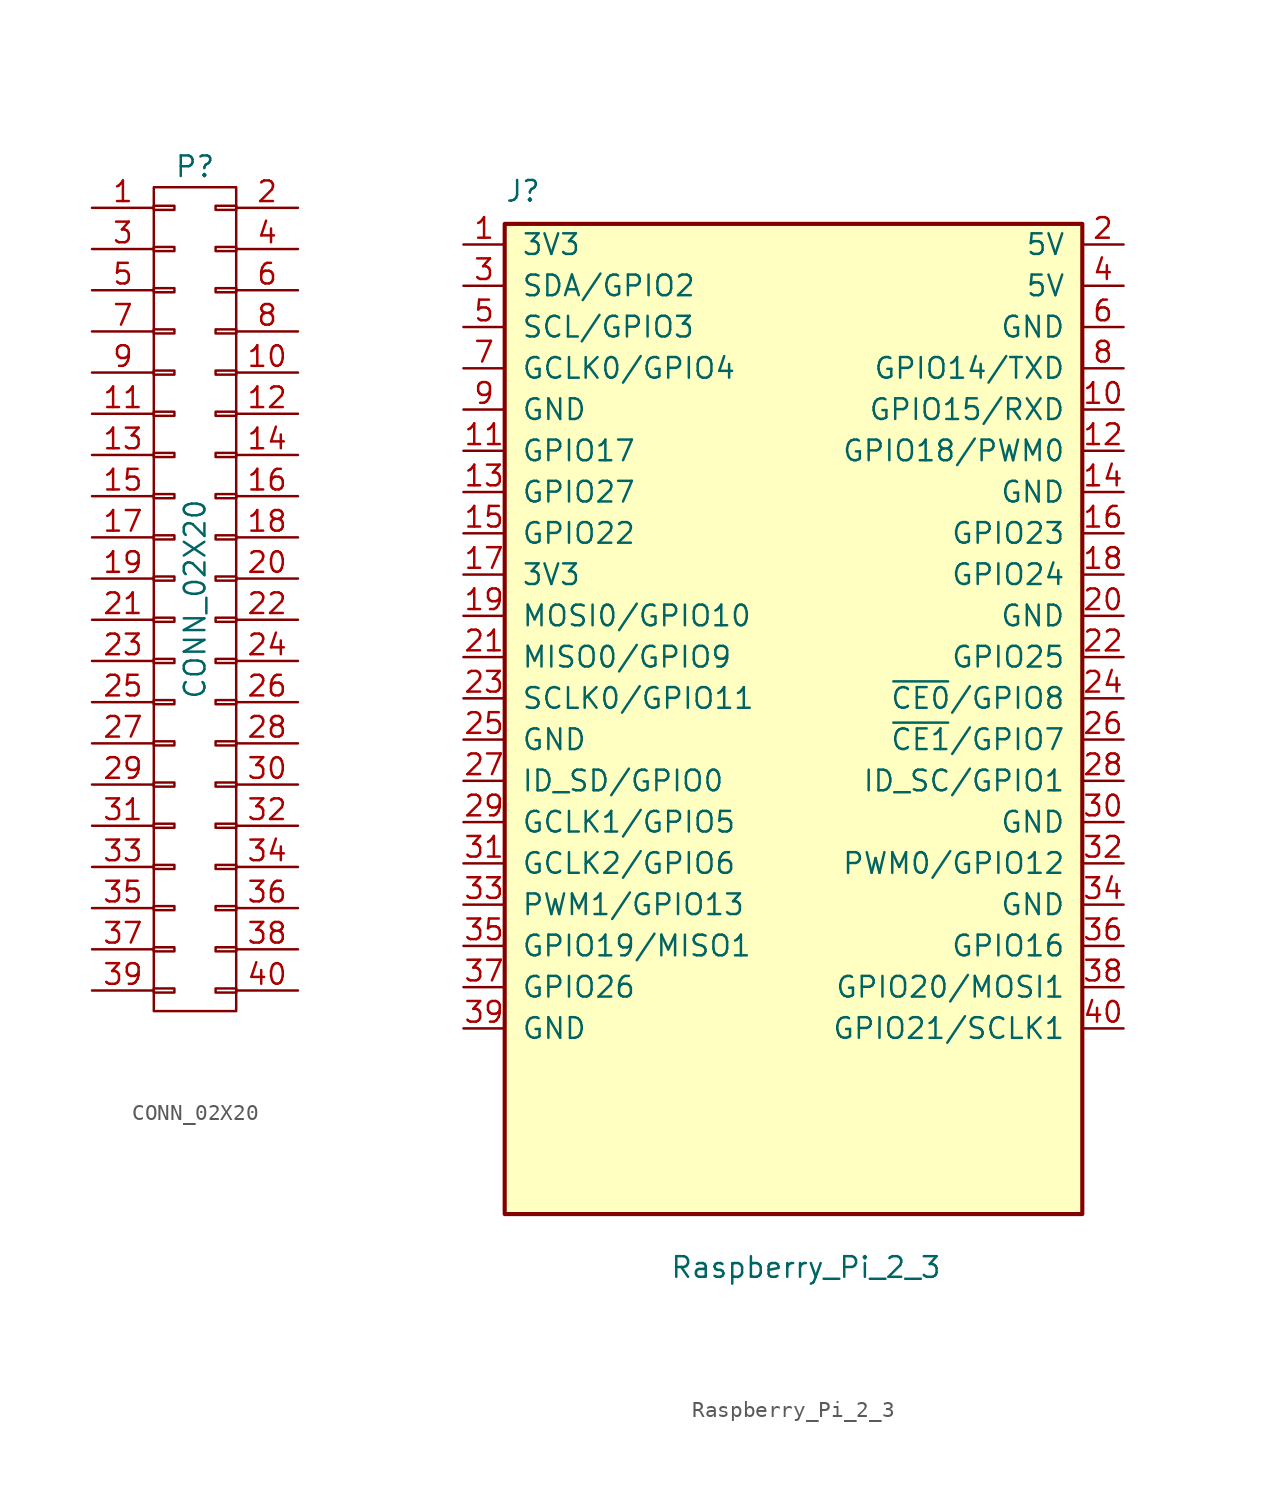
<source format=kicad_sym>
(kicad_symbol_lib
  (version 20211014)
  (generator kicad_symbol_editor)
  (symbol "CONN_02X20"
    (pin_names
      (offset 0.025) hide)
    (property "Reference" "P"
      (at 0 26.67 0)
      (effects (font (size 1.27 1.27))))
    (property "Value" "CONN_02X20"
      (at 0 0 90)
      (effects (font (size 1.27 1.27))))
    (property "Footprint" ""
      (at 0 -24.13 0)
      (effects (font (size 1.27 1.27))))
    (property "Datasheet" ""
      (at 0 -24.13 0)
      (effects (font (size 1.27 1.27))))
    (symbol "CONN_02X20_0_1"
      (rectangle (start -2.54 -24.003) (end -1.27 -24.257) (stroke (width 0) (type default) (color 0 0 0 0)) (fill (type none)))
      (rectangle (start -2.54 -21.463) (end -1.27 -21.717) (stroke (width 0) (type default) (color 0 0 0 0)) (fill (type none)))
      (rectangle (start -2.54 -18.923) (end -1.27 -19.177) (stroke (width 0) (type default) (color 0 0 0 0)) (fill (type none)))
      (rectangle (start -2.54 -16.383) (end -1.27 -16.637) (stroke (width 0) (type default) (color 0 0 0 0)) (fill (type none)))
      (rectangle (start -2.54 -13.843) (end -1.27 -14.097) (stroke (width 0) (type default) (color 0 0 0 0)) (fill (type none)))
      (rectangle (start -2.54 -11.303) (end -1.27 -11.557) (stroke (width 0) (type default) (color 0 0 0 0)) (fill (type none)))
      (rectangle (start -2.54 -8.763) (end -1.27 -9.017) (stroke (width 0) (type default) (color 0 0 0 0)) (fill (type none)))
      (rectangle (start -2.54 -6.223) (end -1.27 -6.477) (stroke (width 0) (type default) (color 0 0 0 0)) (fill (type none)))
      (rectangle (start -2.54 -3.683) (end -1.27 -3.937) (stroke (width 0) (type default) (color 0 0 0 0)) (fill (type none)))
      (rectangle (start -2.54 -1.143) (end -1.27 -1.397) (stroke (width 0) (type default) (color 0 0 0 0)) (fill (type none)))
      (rectangle (start -2.54 1.397) (end -1.27 1.143) (stroke (width 0) (type default) (color 0 0 0 0)) (fill (type none)))
      (rectangle (start -2.54 3.937) (end -1.27 3.683) (stroke (width 0) (type default) (color 0 0 0 0)) (fill (type none)))
      (rectangle (start -2.54 6.477) (end -1.27 6.223) (stroke (width 0) (type default) (color 0 0 0 0)) (fill (type none)))
      (rectangle (start -2.54 9.017) (end -1.27 8.763) (stroke (width 0) (type default) (color 0 0 0 0)) (fill (type none)))
      (rectangle (start -2.54 11.557) (end -1.27 11.303) (stroke (width 0) (type default) (color 0 0 0 0)) (fill (type none)))
      (rectangle (start -2.54 14.097) (end -1.27 13.843) (stroke (width 0) (type default) (color 0 0 0 0)) (fill (type none)))
      (rectangle (start -2.54 16.637) (end -1.27 16.383) (stroke (width 0) (type default) (color 0 0 0 0)) (fill (type none)))
      (rectangle (start -2.54 19.177) (end -1.27 18.923) (stroke (width 0) (type default) (color 0 0 0 0)) (fill (type none)))
      (rectangle (start -2.54 21.717) (end -1.27 21.463) (stroke (width 0) (type default) (color 0 0 0 0)) (fill (type none)))
      (rectangle (start -2.54 24.257) (end -1.27 24.003) (stroke (width 0) (type default) (color 0 0 0 0)) (fill (type none)))
      (rectangle (start -2.54 25.4) (end 2.54 -25.4) (stroke (width 0) (type default) (color 0 0 0 0)) (fill (type none)))
      (rectangle (start 1.27 -24.003) (end 2.54 -24.257) (stroke (width 0) (type default) (color 0 0 0 0)) (fill (type none)))
      (rectangle (start 1.27 -21.463) (end 2.54 -21.717) (stroke (width 0) (type default) (color 0 0 0 0)) (fill (type none)))
      (rectangle (start 1.27 -18.923) (end 2.54 -19.177) (stroke (width 0) (type default) (color 0 0 0 0)) (fill (type none)))
      (rectangle (start 1.27 -16.383) (end 2.54 -16.637) (stroke (width 0) (type default) (color 0 0 0 0)) (fill (type none)))
      (rectangle (start 1.27 -13.843) (end 2.54 -14.097) (stroke (width 0) (type default) (color 0 0 0 0)) (fill (type none)))
      (rectangle (start 1.27 -11.303) (end 2.54 -11.557) (stroke (width 0) (type default) (color 0 0 0 0)) (fill (type none)))
      (rectangle (start 1.27 -8.763) (end 2.54 -9.017) (stroke (width 0) (type default) (color 0 0 0 0)) (fill (type none)))
      (rectangle (start 1.27 -6.223) (end 2.54 -6.477) (stroke (width 0) (type default) (color 0 0 0 0)) (fill (type none)))
      (rectangle (start 1.27 -3.683) (end 2.54 -3.937) (stroke (width 0) (type default) (color 0 0 0 0)) (fill (type none)))
      (rectangle (start 1.27 -1.143) (end 2.54 -1.397) (stroke (width 0) (type default) (color 0 0 0 0)) (fill (type none)))
      (rectangle (start 1.27 1.397) (end 2.54 1.143) (stroke (width 0) (type default) (color 0 0 0 0)) (fill (type none)))
      (rectangle (start 1.27 3.937) (end 2.54 3.683) (stroke (width 0) (type default) (color 0 0 0 0)) (fill (type none)))
      (rectangle (start 1.27 6.477) (end 2.54 6.223) (stroke (width 0) (type default) (color 0 0 0 0)) (fill (type none)))
      (rectangle (start 1.27 9.017) (end 2.54 8.763) (stroke (width 0) (type default) (color 0 0 0 0)) (fill (type none)))
      (rectangle (start 1.27 11.557) (end 2.54 11.303) (stroke (width 0) (type default) (color 0 0 0 0)) (fill (type none)))
      (rectangle (start 1.27 14.097) (end 2.54 13.843) (stroke (width 0) (type default) (color 0 0 0 0)) (fill (type none)))
      (rectangle (start 1.27 16.637) (end 2.54 16.383) (stroke (width 0) (type default) (color 0 0 0 0)) (fill (type none)))
      (rectangle (start 1.27 19.177) (end 2.54 18.923) (stroke (width 0) (type default) (color 0 0 0 0)) (fill (type none)))
      (rectangle (start 1.27 21.717) (end 2.54 21.463) (stroke (width 0) (type default) (color 0 0 0 0)) (fill (type none)))
      (rectangle (start 1.27 24.257) (end 2.54 24.003) (stroke (width 0) (type default) (color 0 0 0 0)) (fill (type none))))
    (symbol "CONN_02X20_1_1"
      (pin passive line (at -6.35 24.13 0) (length 3.81) (name "P1" (effects (font (size 1.27 1.27)))) (number "1" (effects (font (size 1.27 1.27)))))
      (pin passive line (at 6.35 13.97 180) (length 3.81) (name "P10" (effects (font (size 1.27 1.27)))) (number "10" (effects (font (size 1.27 1.27)))))
      (pin passive line (at -6.35 11.43 0) (length 3.81) (name "P11" (effects (font (size 1.27 1.27)))) (number "11" (effects (font (size 1.27 1.27)))))
      (pin passive line (at 6.35 11.43 180) (length 3.81) (name "P12" (effects (font (size 1.27 1.27)))) (number "12" (effects (font (size 1.27 1.27)))))
      (pin passive line (at -6.35 8.89 0) (length 3.81) (name "P13" (effects (font (size 1.27 1.27)))) (number "13" (effects (font (size 1.27 1.27)))))
      (pin passive line (at 6.35 8.89 180) (length 3.81) (name "P14" (effects (font (size 1.27 1.27)))) (number "14" (effects (font (size 1.27 1.27)))))
      (pin passive line (at -6.35 6.35 0) (length 3.81) (name "P15" (effects (font (size 1.27 1.27)))) (number "15" (effects (font (size 1.27 1.27)))))
      (pin passive line (at 6.35 6.35 180) (length 3.81) (name "P16" (effects (font (size 1.27 1.27)))) (number "16" (effects (font (size 1.27 1.27)))))
      (pin passive line (at -6.35 3.81 0) (length 3.81) (name "P17" (effects (font (size 1.27 1.27)))) (number "17" (effects (font (size 1.27 1.27)))))
      (pin passive line (at 6.35 3.81 180) (length 3.81) (name "P18" (effects (font (size 1.27 1.27)))) (number "18" (effects (font (size 1.27 1.27)))))
      (pin passive line (at -6.35 1.27 0) (length 3.81) (name "P19" (effects (font (size 1.27 1.27)))) (number "19" (effects (font (size 1.27 1.27)))))
      (pin passive line (at 6.35 24.13 180) (length 3.81) (name "P2" (effects (font (size 1.27 1.27)))) (number "2" (effects (font (size 1.27 1.27)))))
      (pin passive line (at 6.35 1.27 180) (length 3.81) (name "P20" (effects (font (size 1.27 1.27)))) (number "20" (effects (font (size 1.27 1.27)))))
      (pin passive line (at -6.35 -1.27 0) (length 3.81) (name "P21" (effects (font (size 1.27 1.27)))) (number "21" (effects (font (size 1.27 1.27)))))
      (pin passive line (at 6.35 -1.27 180) (length 3.81) (name "P22" (effects (font (size 1.27 1.27)))) (number "22" (effects (font (size 1.27 1.27)))))
      (pin passive line (at -6.35 -3.81 0) (length 3.81) (name "P23" (effects (font (size 1.27 1.27)))) (number "23" (effects (font (size 1.27 1.27)))))
      (pin passive line (at 6.35 -3.81 180) (length 3.81) (name "P24" (effects (font (size 1.27 1.27)))) (number "24" (effects (font (size 1.27 1.27)))))
      (pin passive line (at -6.35 -6.35 0) (length 3.81) (name "P25" (effects (font (size 1.27 1.27)))) (number "25" (effects (font (size 1.27 1.27)))))
      (pin passive line (at 6.35 -6.35 180) (length 3.81) (name "P26" (effects (font (size 1.27 1.27)))) (number "26" (effects (font (size 1.27 1.27)))))
      (pin passive line (at -6.35 -8.89 0) (length 3.81) (name "P27" (effects (font (size 1.27 1.27)))) (number "27" (effects (font (size 1.27 1.27)))))
      (pin passive line (at 6.35 -8.89 180) (length 3.81) (name "P28" (effects (font (size 1.27 1.27)))) (number "28" (effects (font (size 1.27 1.27)))))
      (pin passive line (at -6.35 -11.43 0) (length 3.81) (name "P29" (effects (font (size 1.27 1.27)))) (number "29" (effects (font (size 1.27 1.27)))))
      (pin passive line (at -6.35 21.59 0) (length 3.81) (name "P3" (effects (font (size 1.27 1.27)))) (number "3" (effects (font (size 1.27 1.27)))))
      (pin passive line (at 6.35 -11.43 180) (length 3.81) (name "P30" (effects (font (size 1.27 1.27)))) (number "30" (effects (font (size 1.27 1.27)))))
      (pin passive line (at -6.35 -13.97 0) (length 3.81) (name "P31" (effects (font (size 1.27 1.27)))) (number "31" (effects (font (size 1.27 1.27)))))
      (pin passive line (at 6.35 -13.97 180) (length 3.81) (name "P32" (effects (font (size 1.27 1.27)))) (number "32" (effects (font (size 1.27 1.27)))))
      (pin passive line (at -6.35 -16.51 0) (length 3.81) (name "P33" (effects (font (size 1.27 1.27)))) (number "33" (effects (font (size 1.27 1.27)))))
      (pin passive line (at 6.35 -16.51 180) (length 3.81) (name "P34" (effects (font (size 1.27 1.27)))) (number "34" (effects (font (size 1.27 1.27)))))
      (pin passive line (at -6.35 -19.05 0) (length 3.81) (name "P35" (effects (font (size 1.27 1.27)))) (number "35" (effects (font (size 1.27 1.27)))))
      (pin passive line (at 6.35 -19.05 180) (length 3.81) (name "P36" (effects (font (size 1.27 1.27)))) (number "36" (effects (font (size 1.27 1.27)))))
      (pin passive line (at -6.35 -21.59 0) (length 3.81) (name "P37" (effects (font (size 1.27 1.27)))) (number "37" (effects (font (size 1.27 1.27)))))
      (pin passive line (at 6.35 -21.59 180) (length 3.81) (name "P38" (effects (font (size 1.27 1.27)))) (number "38" (effects (font (size 1.27 1.27)))))
      (pin passive line (at -6.35 -24.13 0) (length 3.81) (name "P39" (effects (font (size 1.27 1.27)))) (number "39" (effects (font (size 1.27 1.27)))))
      (pin passive line (at 6.35 21.59 180) (length 3.81) (name "P4" (effects (font (size 1.27 1.27)))) (number "4" (effects (font (size 1.27 1.27)))))
      (pin passive line (at 6.35 -24.13 180) (length 3.81) (name "P40" (effects (font (size 1.27 1.27)))) (number "40" (effects (font (size 1.27 1.27)))))
      (pin passive line (at -6.35 19.05 0) (length 3.81) (name "P5" (effects (font (size 1.27 1.27)))) (number "5" (effects (font (size 1.27 1.27)))))
      (pin passive line (at 6.35 19.05 180) (length 3.81) (name "P6" (effects (font (size 1.27 1.27)))) (number "6" (effects (font (size 1.27 1.27)))))
      (pin passive line (at -6.35 16.51 0) (length 3.81) (name "P7" (effects (font (size 1.27 1.27)))) (number "7" (effects (font (size 1.27 1.27)))))
      (pin passive line (at 6.35 16.51 180) (length 3.81) (name "P8" (effects (font (size 1.27 1.27)))) (number "8" (effects (font (size 1.27 1.27)))))
      (pin passive line (at -6.35 13.97 0) (length 3.81) (name "P9" (effects (font (size 1.27 1.27)))) (number "9" (effects (font (size 1.27 1.27)))))))
  (symbol "Raspberry_Pi_2_3"
    (pin_names
      (offset 1.016))
    (property "Reference" "J"
      (at -17.78 31.75 0)
      (effects (font (size 1.27 1.27)) (justify left bottom)))
    (property "Value" "Raspberry_Pi_2_3"
      (at -7.62 -33.02 0)
      (effects (font (size 1.27 1.27)) (justify left top)))
    (symbol "Raspberry_Pi_2_3_0_1"
      (rectangle (start -17.78 30.48) (end 17.78 -30.48) (stroke (width 0.254) (type default) (color 0 0 0 0)) (fill (type background))))
    (symbol "Raspberry_Pi_2_3_1_1"
      (pin power_in line (at -20.32 29.21 0) (length 2.54) (name "3V3" (effects (font (size 1.27 1.27)))) (number "1" (effects (font (size 1.27 1.27)))))
      (pin bidirectional line (at 20.32 19.05 180) (length 2.54) (name "GPIO15/RXD" (effects (font (size 1.27 1.27)))) (number "10" (effects (font (size 1.27 1.27)))))
      (pin bidirectional line (at -20.32 16.51 0) (length 2.54) (name "GPIO17" (effects (font (size 1.27 1.27)))) (number "11" (effects (font (size 1.27 1.27)))))
      (pin bidirectional line (at 20.32 16.51 180) (length 2.54) (name "GPIO18/PWM0" (effects (font (size 1.27 1.27)))) (number "12" (effects (font (size 1.27 1.27)))))
      (pin bidirectional line (at -20.32 13.97 0) (length 2.54) (name "GPIO27" (effects (font (size 1.27 1.27)))) (number "13" (effects (font (size 1.27 1.27)))))
      (pin power_in line (at 20.32 13.97 180) (length 2.54) (name "GND" (effects (font (size 1.27 1.27)))) (number "14" (effects (font (size 1.27 1.27)))))
      (pin bidirectional line (at -20.32 11.43 0) (length 2.54) (name "GPIO22" (effects (font (size 1.27 1.27)))) (number "15" (effects (font (size 1.27 1.27)))))
      (pin bidirectional line (at 20.32 11.43 180) (length 2.54) (name "GPIO23" (effects (font (size 1.27 1.27)))) (number "16" (effects (font (size 1.27 1.27)))))
      (pin power_in line (at -20.32 8.89 0) (length 2.54) (name "3V3" (effects (font (size 1.27 1.27)))) (number "17" (effects (font (size 1.27 1.27)))))
      (pin bidirectional line (at 20.32 8.89 180) (length 2.54) (name "GPIO24" (effects (font (size 1.27 1.27)))) (number "18" (effects (font (size 1.27 1.27)))))
      (pin bidirectional line (at -20.32 6.35 0) (length 2.54) (name "MOSI0/GPIO10" (effects (font (size 1.27 1.27)))) (number "19" (effects (font (size 1.27 1.27)))))
      (pin power_in line (at 20.32 29.21 180) (length 2.54) (name "5V" (effects (font (size 1.27 1.27)))) (number "2" (effects (font (size 1.27 1.27)))))
      (pin power_in line (at 20.32 6.35 180) (length 2.54) (name "GND" (effects (font (size 1.27 1.27)))) (number "20" (effects (font (size 1.27 1.27)))))
      (pin bidirectional line (at -20.32 3.81 0) (length 2.54) (name "MISO0/GPIO9" (effects (font (size 1.27 1.27)))) (number "21" (effects (font (size 1.27 1.27)))))
      (pin bidirectional line (at 20.32 3.81 180) (length 2.54) (name "GPIO25" (effects (font (size 1.27 1.27)))) (number "22" (effects (font (size 1.27 1.27)))))
      (pin bidirectional line (at -20.32 1.27 0) (length 2.54) (name "SCLK0/GPIO11" (effects (font (size 1.27 1.27)))) (number "23" (effects (font (size 1.27 1.27)))))
      (pin bidirectional line (at 20.32 1.27 180) (length 2.54) (name "~{CE0}/GPIO8" (effects (font (size 1.27 1.27)))) (number "24" (effects (font (size 1.27 1.27)))))
      (pin power_in line (at -20.32 -1.27 0) (length 2.54) (name "GND" (effects (font (size 1.27 1.27)))) (number "25" (effects (font (size 1.27 1.27)))))
      (pin bidirectional line (at 20.32 -1.27 180) (length 2.54) (name "~{CE1}/GPIO7" (effects (font (size 1.27 1.27)))) (number "26" (effects (font (size 1.27 1.27)))))
      (pin bidirectional line (at -20.32 -3.81 0) (length 2.54) (name "ID_SD/GPIO0" (effects (font (size 1.27 1.27)))) (number "27" (effects (font (size 1.27 1.27)))))
      (pin bidirectional line (at 20.32 -3.81 180) (length 2.54) (name "ID_SC/GPIO1" (effects (font (size 1.27 1.27)))) (number "28" (effects (font (size 1.27 1.27)))))
      (pin bidirectional line (at -20.32 -6.35 0) (length 2.54) (name "GCLK1/GPIO5" (effects (font (size 1.27 1.27)))) (number "29" (effects (font (size 1.27 1.27)))))
      (pin bidirectional line (at -20.32 26.67 0) (length 2.54) (name "SDA/GPIO2" (effects (font (size 1.27 1.27)))) (number "3" (effects (font (size 1.27 1.27)))))
      (pin power_in line (at 20.32 -6.35 180) (length 2.54) (name "GND" (effects (font (size 1.27 1.27)))) (number "30" (effects (font (size 1.27 1.27)))))
      (pin bidirectional line (at -20.32 -8.89 0) (length 2.54) (name "GCLK2/GPIO6" (effects (font (size 1.27 1.27)))) (number "31" (effects (font (size 1.27 1.27)))))
      (pin bidirectional line (at 20.32 -8.89 180) (length 2.54) (name "PWM0/GPIO12" (effects (font (size 1.27 1.27)))) (number "32" (effects (font (size 1.27 1.27)))))
      (pin bidirectional line (at -20.32 -11.43 0) (length 2.54) (name "PWM1/GPIO13" (effects (font (size 1.27 1.27)))) (number "33" (effects (font (size 1.27 1.27)))))
      (pin power_in line (at 20.32 -11.43 180) (length 2.54) (name "GND" (effects (font (size 1.27 1.27)))) (number "34" (effects (font (size 1.27 1.27)))))
      (pin bidirectional line (at -20.32 -13.97 0) (length 2.54) (name "GPIO19/MISO1" (effects (font (size 1.27 1.27)))) (number "35" (effects (font (size 1.27 1.27)))))
      (pin bidirectional line (at 20.32 -13.97 180) (length 2.54) (name "GPIO16" (effects (font (size 1.27 1.27)))) (number "36" (effects (font (size 1.27 1.27)))))
      (pin bidirectional line (at -20.32 -16.51 0) (length 2.54) (name "GPIO26" (effects (font (size 1.27 1.27)))) (number "37" (effects (font (size 1.27 1.27)))))
      (pin bidirectional line (at 20.32 -16.51 180) (length 2.54) (name "GPIO20/MOSI1" (effects (font (size 1.27 1.27)))) (number "38" (effects (font (size 1.27 1.27)))))
      (pin power_in line (at -20.32 -19.05 0) (length 2.54) (name "GND" (effects (font (size 1.27 1.27)))) (number "39" (effects (font (size 1.27 1.27)))))
      (pin power_in line (at 20.32 26.67 180) (length 2.54) (name "5V" (effects (font (size 1.27 1.27)))) (number "4" (effects (font (size 1.27 1.27)))))
      (pin bidirectional line (at 20.32 -19.05 180) (length 2.54) (name "GPIO21/SCLK1" (effects (font (size 1.27 1.27)))) (number "40" (effects (font (size 1.27 1.27)))))
      (pin bidirectional line (at -20.32 24.13 0) (length 2.54) (name "SCL/GPIO3" (effects (font (size 1.27 1.27)))) (number "5" (effects (font (size 1.27 1.27)))))
      (pin power_in line (at 20.32 24.13 180) (length 2.54) (name "GND" (effects (font (size 1.27 1.27)))) (number "6" (effects (font (size 1.27 1.27)))))
      (pin bidirectional line (at -20.32 21.59 0) (length 2.54) (name "GCLK0/GPIO4" (effects (font (size 1.27 1.27)))) (number "7" (effects (font (size 1.27 1.27)))))
      (pin bidirectional line (at 20.32 21.59 180) (length 2.54) (name "GPIO14/TXD" (effects (font (size 1.27 1.27)))) (number "8" (effects (font (size 1.27 1.27)))))
      (pin power_in line (at -20.32 19.05 0) (length 2.54) (name "GND" (effects (font (size 1.27 1.27)))) (number "9" (effects (font (size 1.27 1.27))))))))
</source>
